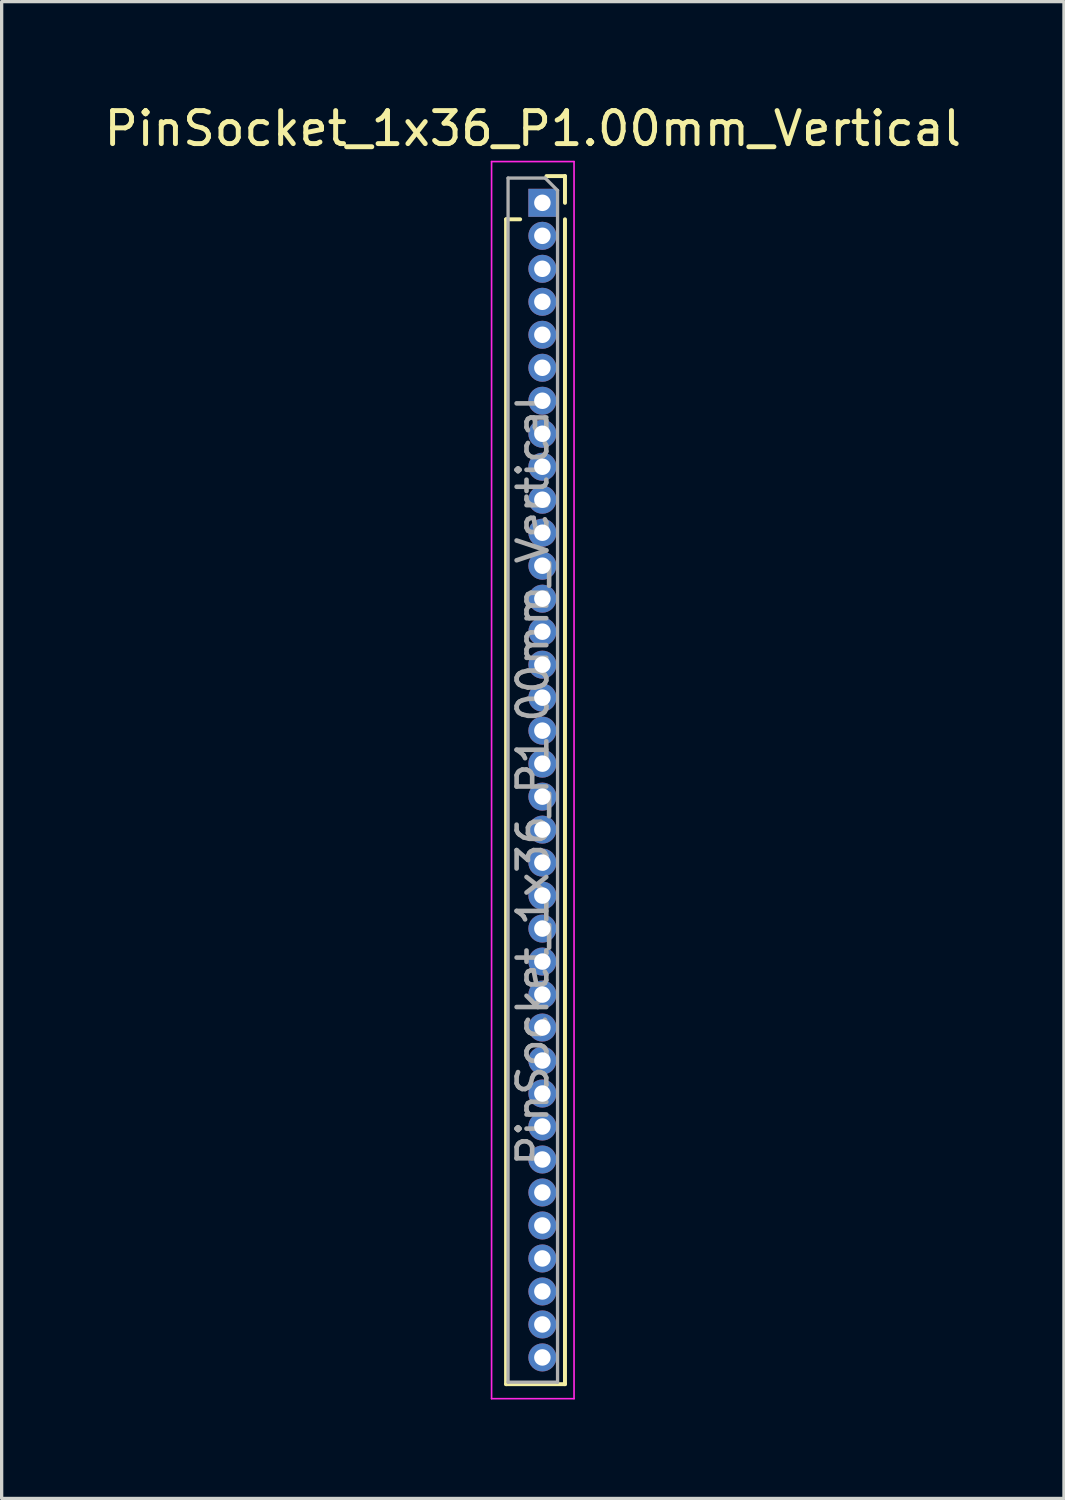
<source format=kicad_pcb>
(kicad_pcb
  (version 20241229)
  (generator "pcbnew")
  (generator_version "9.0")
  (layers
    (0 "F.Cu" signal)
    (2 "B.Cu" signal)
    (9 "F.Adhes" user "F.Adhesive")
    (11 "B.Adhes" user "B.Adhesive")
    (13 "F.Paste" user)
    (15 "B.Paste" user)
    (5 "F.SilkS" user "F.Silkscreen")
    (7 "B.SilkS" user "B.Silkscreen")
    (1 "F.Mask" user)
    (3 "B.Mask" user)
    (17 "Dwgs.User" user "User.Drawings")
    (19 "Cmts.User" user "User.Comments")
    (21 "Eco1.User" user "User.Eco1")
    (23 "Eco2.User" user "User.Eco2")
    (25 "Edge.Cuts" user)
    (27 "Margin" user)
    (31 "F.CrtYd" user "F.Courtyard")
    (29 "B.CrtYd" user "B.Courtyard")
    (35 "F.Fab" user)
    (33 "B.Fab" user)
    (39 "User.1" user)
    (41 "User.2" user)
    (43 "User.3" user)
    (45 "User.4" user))
  (footprint "PinSocket_1x36_P1.00mm_Vertical"
    (layer "F.Cu")
    (at 13.391 3.098)
    (property "Reference" "PinSocket_1x36_P1.00mm_Vertical" (at -0.29 -2.25 0) (layer "F.SilkS") (effects (font (size 1 1) (thickness 0.15))))
    (attr through_hole)
    (fp_line (start -1.1 0.5) (end -1.1 35.81) (stroke (width 0.12) (type solid)) (layer "F.SilkS"))
    (fp_line (start -1.1 0.5) (end -0.674 0.5) (stroke (width 0.12) (type solid)) (layer "F.SilkS"))
    (fp_line (start -1.1 35.81) (end 0.685 35.81) (stroke (width 0.12) (type solid)) (layer "F.SilkS"))
    (fp_line (start 0.125 -0.81) (end 0.685 -0.81) (stroke (width 0.12) (type solid)) (layer "F.SilkS"))
    (fp_line (start 0.685 -0.81) (end 0.685 0) (stroke (width 0.12) (type solid)) (layer "F.SilkS"))
    (fp_line (start 0.685 0.5) (end 0.685 35.81) (stroke (width 0.12) (type solid)) (layer "F.SilkS"))
    (fp_line (start -1.54 -1.25) (end 0.96 -1.25) (stroke (width 0.05) (type solid)) (layer "F.CrtYd"))
    (fp_line (start -1.54 36.25) (end -1.54 -1.25) (stroke (width 0.05) (type solid)) (layer "F.CrtYd"))
    (fp_line (start 0.96 -1.25) (end 0.96 36.25) (stroke (width 0.05) (type solid)) (layer "F.CrtYd"))
    (fp_line (start 0.96 36.25) (end -1.54 36.25) (stroke (width 0.05) (type solid)) (layer "F.CrtYd"))
    (fp_line (start -1.04 -0.75) (end 0.085 -0.75) (stroke (width 0.1) (type solid)) (layer "F.Fab"))
    (fp_line (start -1.04 35.75) (end -1.04 -0.75) (stroke (width 0.1) (type solid)) (layer "F.Fab"))
    (fp_line (start 0.085 -0.75) (end 0.46 -0.375) (stroke (width 0.1) (type solid)) (layer "F.Fab"))
    (fp_line (start 0.46 -0.375) (end 0.46 35.75) (stroke (width 0.1) (type solid)) (layer "F.Fab"))
    (fp_line (start 0.46 35.75) (end -1.04 35.75) (stroke (width 0.1) (type solid)) (layer "F.Fab"))
    (fp_text user "${REFERENCE}" (at -0.29 17.5 90) (layer "F.Fab") (effects (font (size 0.9 0.9) (thickness 0.14))))
    (pad "1" thru_hole rect (at 0 0) (size 0.85 0.85) (drill 0.5) (layers "*.Cu" "*.Mask"))
    (pad "2" thru_hole oval (at 0 1) (size 0.85 0.85) (drill 0.5) (layers "*.Cu" "*.Mask"))
    (pad "3" thru_hole oval (at 0 2) (size 0.85 0.85) (drill 0.5) (layers "*.Cu" "*.Mask"))
    (pad "4" thru_hole oval (at 0 3) (size 0.85 0.85) (drill 0.5) (layers "*.Cu" "*.Mask"))
    (pad "5" thru_hole oval (at 0 4) (size 0.85 0.85) (drill 0.5) (layers "*.Cu" "*.Mask"))
    (pad "6" thru_hole oval (at 0 5) (size 0.85 0.85) (drill 0.5) (layers "*.Cu" "*.Mask"))
    (pad "7" thru_hole oval (at 0 6) (size 0.85 0.85) (drill 0.5) (layers "*.Cu" "*.Mask"))
    (pad "8" thru_hole oval (at 0 7) (size 0.85 0.85) (drill 0.5) (layers "*.Cu" "*.Mask"))
    (pad "9" thru_hole oval (at 0 8) (size 0.85 0.85) (drill 0.5) (layers "*.Cu" "*.Mask"))
    (pad "10" thru_hole oval (at 0 9) (size 0.85 0.85) (drill 0.5) (layers "*.Cu" "*.Mask"))
    (pad "11" thru_hole oval (at 0 10) (size 0.85 0.85) (drill 0.5) (layers "*.Cu" "*.Mask"))
    (pad "12" thru_hole oval (at 0 11) (size 0.85 0.85) (drill 0.5) (layers "*.Cu" "*.Mask"))
    (pad "13" thru_hole oval (at 0 12) (size 0.85 0.85) (drill 0.5) (layers "*.Cu" "*.Mask"))
    (pad "14" thru_hole oval (at 0 13) (size 0.85 0.85) (drill 0.5) (layers "*.Cu" "*.Mask"))
    (pad "15" thru_hole oval (at 0 14) (size 0.85 0.85) (drill 0.5) (layers "*.Cu" "*.Mask"))
    (pad "16" thru_hole oval (at 0 15) (size 0.85 0.85) (drill 0.5) (layers "*.Cu" "*.Mask"))
    (pad "17" thru_hole oval (at 0 16) (size 0.85 0.85) (drill 0.5) (layers "*.Cu" "*.Mask"))
    (pad "18" thru_hole oval (at 0 17) (size 0.85 0.85) (drill 0.5) (layers "*.Cu" "*.Mask"))
    (pad "19" thru_hole oval (at 0 18) (size 0.85 0.85) (drill 0.5) (layers "*.Cu" "*.Mask"))
    (pad "20" thru_hole oval (at 0 19) (size 0.85 0.85) (drill 0.5) (layers "*.Cu" "*.Mask"))
    (pad "21" thru_hole oval (at 0 20) (size 0.85 0.85) (drill 0.5) (layers "*.Cu" "*.Mask"))
    (pad "22" thru_hole oval (at 0 21) (size 0.85 0.85) (drill 0.5) (layers "*.Cu" "*.Mask"))
    (pad "23" thru_hole oval (at 0 22) (size 0.85 0.85) (drill 0.5) (layers "*.Cu" "*.Mask"))
    (pad "24" thru_hole oval (at 0 23) (size 0.85 0.85) (drill 0.5) (layers "*.Cu" "*.Mask"))
    (pad "25" thru_hole oval (at 0 24) (size 0.85 0.85) (drill 0.5) (layers "*.Cu" "*.Mask"))
    (pad "26" thru_hole oval (at 0 25) (size 0.85 0.85) (drill 0.5) (layers "*.Cu" "*.Mask"))
    (pad "27" thru_hole oval (at 0 26) (size 0.85 0.85) (drill 0.5) (layers "*.Cu" "*.Mask"))
    (pad "28" thru_hole oval (at 0 27) (size 0.85 0.85) (drill 0.5) (layers "*.Cu" "*.Mask"))
    (pad "29" thru_hole oval (at 0 28) (size 0.85 0.85) (drill 0.5) (layers "*.Cu" "*.Mask"))
    (pad "30" thru_hole oval (at 0 29) (size 0.85 0.85) (drill 0.5) (layers "*.Cu" "*.Mask"))
    (pad "31" thru_hole oval (at 0 30) (size 0.85 0.85) (drill 0.5) (layers "*.Cu" "*.Mask"))
    (pad "32" thru_hole oval (at 0 31) (size 0.85 0.85) (drill 0.5) (layers "*.Cu" "*.Mask"))
    (pad "33" thru_hole oval (at 0 32) (size 0.85 0.85) (drill 0.5) (layers "*.Cu" "*.Mask"))
    (pad "34" thru_hole oval (at 0 33) (size 0.85 0.85) (drill 0.5) (layers "*.Cu" "*.Mask"))
    (pad "35" thru_hole oval (at 0 34) (size 0.85 0.85) (drill 0.5) (layers "*.Cu" "*.Mask"))
    (pad "36" thru_hole oval (at 0 35) (size 0.85 0.85) (drill 0.5) (layers "*.Cu" "*.Mask")))
  (gr_rect
    (start -3 -3)
    (end 29.202 42.373)
    (stroke (width 0.1) (type default))
    (fill no)
    (layer "Edge.Cuts")))
</source>
